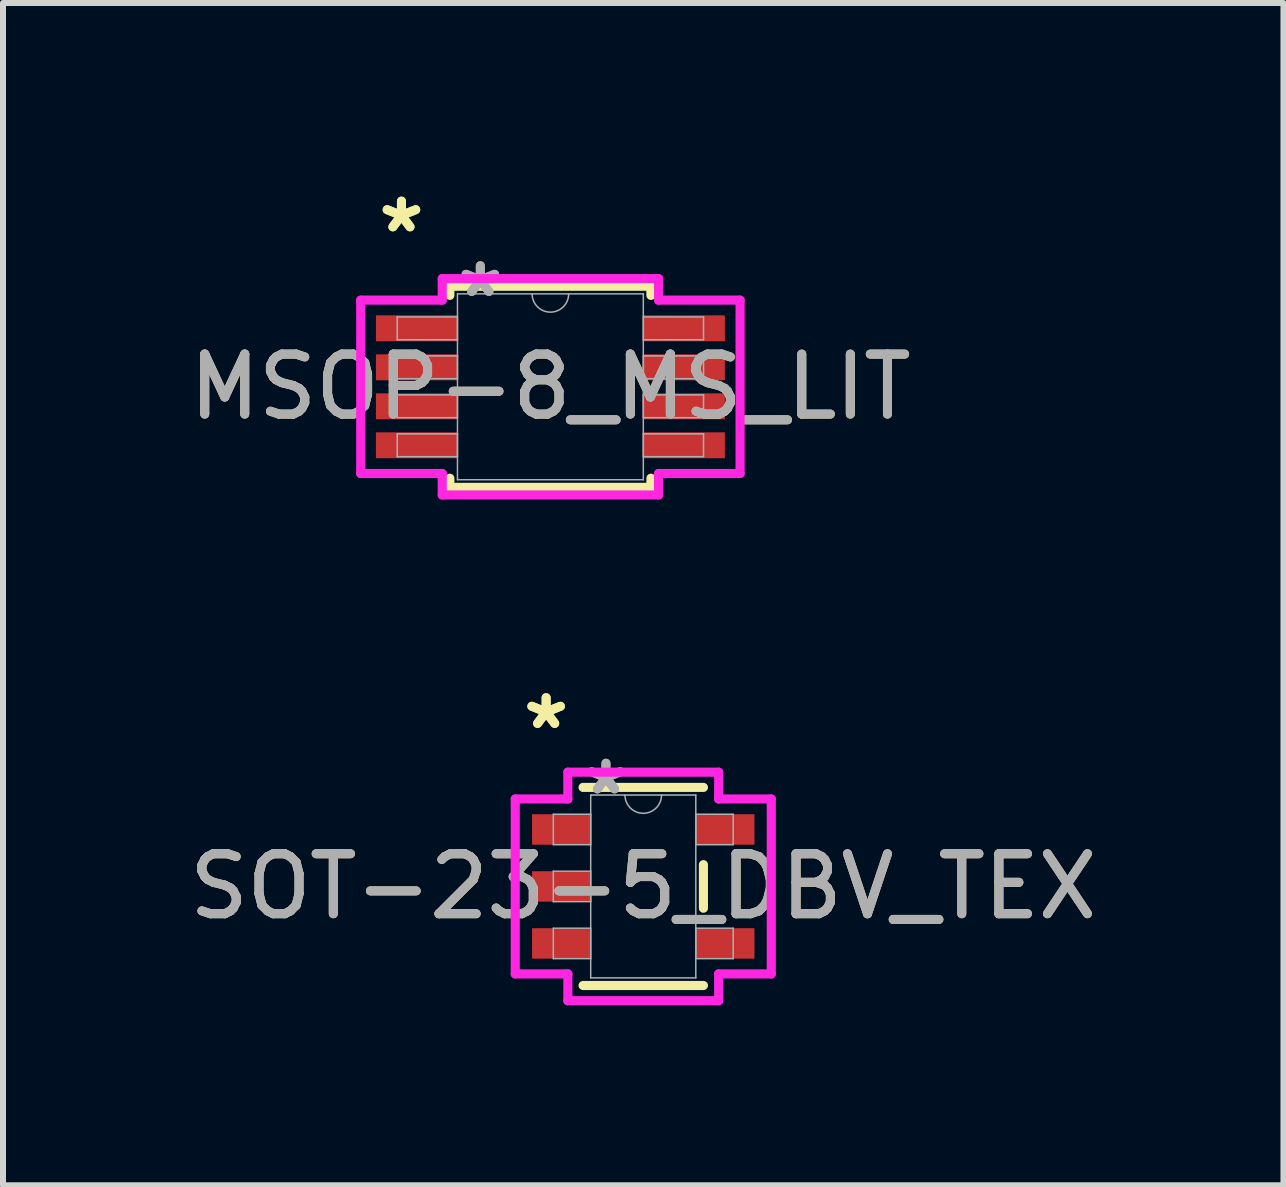
<source format=kicad_pcb>
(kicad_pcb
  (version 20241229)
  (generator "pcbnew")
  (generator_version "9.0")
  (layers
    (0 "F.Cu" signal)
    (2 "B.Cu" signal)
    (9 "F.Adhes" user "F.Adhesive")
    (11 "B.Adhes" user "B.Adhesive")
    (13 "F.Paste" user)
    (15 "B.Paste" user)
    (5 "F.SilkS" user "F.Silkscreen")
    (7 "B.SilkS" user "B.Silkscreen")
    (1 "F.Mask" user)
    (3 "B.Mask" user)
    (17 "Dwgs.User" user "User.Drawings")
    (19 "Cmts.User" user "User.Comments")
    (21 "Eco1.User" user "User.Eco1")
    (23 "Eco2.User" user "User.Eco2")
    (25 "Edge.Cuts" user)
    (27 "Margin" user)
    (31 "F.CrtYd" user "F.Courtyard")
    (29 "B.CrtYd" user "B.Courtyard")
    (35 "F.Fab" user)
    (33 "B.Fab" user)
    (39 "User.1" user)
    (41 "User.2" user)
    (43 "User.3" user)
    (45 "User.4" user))
  (footprint "MSOP-8_MS_LIT"
    (layer "F.Cu")
    (at 6.125 3.398)
    (property "Reference" "MSOP-8_MS_LIT" (at 0 0 0) (unlocked yes) (layer "F.SilkS") (effects (font (size 1 1) (thickness 0.15))))
    (attr smd)
    (fp_line (start -1.676 -1.676) (end -1.676 -1.524) (stroke (width 0.152) (type solid)) (layer "F.SilkS"))
    (fp_line (start -1.676 1.524) (end -1.676 1.676) (stroke (width 0.152) (type solid)) (layer "F.SilkS"))
    (fp_line (start -1.676 1.676) (end 1.676 1.676) (stroke (width 0.152) (type solid)) (layer "F.SilkS"))
    (fp_line (start 1.676 -1.676) (end -1.676 -1.676) (stroke (width 0.152) (type solid)) (layer "F.SilkS"))
    (fp_line (start 1.676 -1.524) (end 1.676 -1.676) (stroke (width 0.152) (type solid)) (layer "F.SilkS"))
    (fp_line (start 1.676 1.676) (end 1.676 1.524) (stroke (width 0.152) (type solid)) (layer "F.SilkS"))
    (fp_line (start -3.162 -1.445) (end -1.803 -1.445) (stroke (width 0.152) (type solid)) (layer "F.CrtYd"))
    (fp_line (start -3.162 1.445) (end -3.162 -1.445) (stroke (width 0.152) (type solid)) (layer "F.CrtYd"))
    (fp_line (start -3.162 1.445) (end -1.803 1.445) (stroke (width 0.152) (type solid)) (layer "F.CrtYd"))
    (fp_line (start -1.803 -1.803) (end 1.803 -1.803) (stroke (width 0.152) (type solid)) (layer "F.CrtYd"))
    (fp_line (start -1.803 -1.445) (end -1.803 -1.803) (stroke (width 0.152) (type solid)) (layer "F.CrtYd"))
    (fp_line (start -1.803 1.803) (end -1.803 1.445) (stroke (width 0.152) (type solid)) (layer "F.CrtYd"))
    (fp_line (start 1.803 -1.803) (end 1.803 -1.445) (stroke (width 0.152) (type solid)) (layer "F.CrtYd"))
    (fp_line (start 1.803 1.445) (end 1.803 1.803) (stroke (width 0.152) (type solid)) (layer "F.CrtYd"))
    (fp_line (start 1.803 1.803) (end -1.803 1.803) (stroke (width 0.152) (type solid)) (layer "F.CrtYd"))
    (fp_line (start 3.162 -1.445) (end 1.803 -1.445) (stroke (width 0.152) (type solid)) (layer "F.CrtYd"))
    (fp_line (start 3.162 -1.445) (end 3.162 1.445) (stroke (width 0.152) (type solid)) (layer "F.CrtYd"))
    (fp_line (start 3.162 1.445) (end 1.803 1.445) (stroke (width 0.152) (type solid)) (layer "F.CrtYd"))
    (fp_line (start -2.553 -1.165) (end -2.553 -0.784) (stroke (width 0.025) (type solid)) (layer "F.Fab"))
    (fp_line (start -2.553 -0.784) (end -1.549 -0.784) (stroke (width 0.025) (type solid)) (layer "F.Fab"))
    (fp_line (start -2.553 -0.515) (end -2.553 -0.135) (stroke (width 0.025) (type solid)) (layer "F.Fab"))
    (fp_line (start -2.553 -0.135) (end -1.549 -0.135) (stroke (width 0.025) (type solid)) (layer "F.Fab"))
    (fp_line (start -2.553 0.135) (end -2.553 0.515) (stroke (width 0.025) (type solid)) (layer "F.Fab"))
    (fp_line (start -2.553 0.515) (end -1.549 0.515) (stroke (width 0.025) (type solid)) (layer "F.Fab"))
    (fp_line (start -2.553 0.784) (end -2.553 1.165) (stroke (width 0.025) (type solid)) (layer "F.Fab"))
    (fp_line (start -2.553 1.165) (end -1.549 1.165) (stroke (width 0.025) (type solid)) (layer "F.Fab"))
    (fp_line (start -1.549 -1.549) (end -1.549 1.549) (stroke (width 0.025) (type solid)) (layer "F.Fab"))
    (fp_line (start -1.549 -1.165) (end -2.553 -1.165) (stroke (width 0.025) (type solid)) (layer "F.Fab"))
    (fp_line (start -1.549 -0.784) (end -1.549 -1.165) (stroke (width 0.025) (type solid)) (layer "F.Fab"))
    (fp_line (start -1.549 -0.515) (end -2.553 -0.515) (stroke (width 0.025) (type solid)) (layer "F.Fab"))
    (fp_line (start -1.549 -0.135) (end -1.549 -0.515) (stroke (width 0.025) (type solid)) (layer "F.Fab"))
    (fp_line (start -1.549 0.135) (end -2.553 0.135) (stroke (width 0.025) (type solid)) (layer "F.Fab"))
    (fp_line (start -1.549 0.515) (end -1.549 0.135) (stroke (width 0.025) (type solid)) (layer "F.Fab"))
    (fp_line (start -1.549 0.784) (end -2.553 0.784) (stroke (width 0.025) (type solid)) (layer "F.Fab"))
    (fp_line (start -1.549 1.165) (end -1.549 0.784) (stroke (width 0.025) (type solid)) (layer "F.Fab"))
    (fp_line (start -1.549 1.549) (end 1.549 1.549) (stroke (width 0.025) (type solid)) (layer "F.Fab"))
    (fp_line (start 1.549 -1.549) (end -1.549 -1.549) (stroke (width 0.025) (type solid)) (layer "F.Fab"))
    (fp_line (start 1.549 -1.165) (end 1.549 -0.784) (stroke (width 0.025) (type solid)) (layer "F.Fab"))
    (fp_line (start 1.549 -0.784) (end 2.553 -0.784) (stroke (width 0.025) (type solid)) (layer "F.Fab"))
    (fp_line (start 1.549 -0.515) (end 1.549 -0.135) (stroke (width 0.025) (type solid)) (layer "F.Fab"))
    (fp_line (start 1.549 -0.135) (end 2.553 -0.135) (stroke (width 0.025) (type solid)) (layer "F.Fab"))
    (fp_line (start 1.549 0.135) (end 1.549 0.515) (stroke (width 0.025) (type solid)) (layer "F.Fab"))
    (fp_line (start 1.549 0.515) (end 2.553 0.515) (stroke (width 0.025) (type solid)) (layer "F.Fab"))
    (fp_line (start 1.549 0.784) (end 1.549 1.165) (stroke (width 0.025) (type solid)) (layer "F.Fab"))
    (fp_line (start 1.549 1.165) (end 2.553 1.165) (stroke (width 0.025) (type solid)) (layer "F.Fab"))
    (fp_line (start 1.549 1.549) (end 1.549 -1.549) (stroke (width 0.025) (type solid)) (layer "F.Fab"))
    (fp_line (start 2.553 -1.165) (end 1.549 -1.165) (stroke (width 0.025) (type solid)) (layer "F.Fab"))
    (fp_line (start 2.553 -0.784) (end 2.553 -1.165) (stroke (width 0.025) (type solid)) (layer "F.Fab"))
    (fp_line (start 2.553 -0.515) (end 1.549 -0.515) (stroke (width 0.025) (type solid)) (layer "F.Fab"))
    (fp_line (start 2.553 -0.135) (end 2.553 -0.515) (stroke (width 0.025) (type solid)) (layer "F.Fab"))
    (fp_line (start 2.553 0.135) (end 1.549 0.135) (stroke (width 0.025) (type solid)) (layer "F.Fab"))
    (fp_line (start 2.553 0.515) (end 2.553 0.135) (stroke (width 0.025) (type solid)) (layer "F.Fab"))
    (fp_line (start 2.553 0.784) (end 1.549 0.784) (stroke (width 0.025) (type solid)) (layer "F.Fab"))
    (fp_line (start 2.553 1.165) (end 2.553 0.784) (stroke (width 0.025) (type solid)) (layer "F.Fab"))
    (fp_arc (start 0.3048 -1.5494) (mid 0 -1.2446) (end -0.3048 -1.5494) (stroke (width 0.0254) (type solid)) (layer "F.Fab"))
    (fp_text user "*" (at -2.483 -2.55 0) (layer "F.SilkS") (effects (font (size 1 1) (thickness 0.15))))
    (fp_text user "*" (at -2.483 -2.55 0) (unlocked yes) (layer "F.SilkS") (effects (font (size 1 1) (thickness 0.15))))
    (fp_text user "${REFERENCE}" (at 0 0 0) (unlocked yes) (layer "F.Fab") (effects (font (size 1 1) (thickness 0.15))))
    (fp_text user "*" (at -1.168 -1.473 0) (layer "F.Fab") (effects (font (size 1 1) (thickness 0.15))))
    (fp_text user "*" (at -1.168 -1.473 0) (unlocked yes) (layer "F.Fab") (effects (font (size 1 1) (thickness 0.15))))
    (pad "1" smd rect (at -2.229 -0.975) (size 1.359 0.432) (layers "F.Cu" "F.Mask" "F.Paste"))
    (pad "2" smd rect (at -2.229 -0.325) (size 1.359 0.432) (layers "F.Cu" "F.Mask" "F.Paste"))
    (pad "3" smd rect (at -2.229 0.325) (size 1.359 0.432) (layers "F.Cu" "F.Mask" "F.Paste"))
    (pad "4" smd rect (at -2.229 0.975) (size 1.359 0.432) (layers "F.Cu" "F.Mask" "F.Paste"))
    (pad "5" smd rect (at 2.229 0.975) (size 1.359 0.432) (layers "F.Cu" "F.Mask" "F.Paste"))
    (pad "6" smd rect (at 2.229 0.325) (size 1.359 0.432) (layers "F.Cu" "F.Mask" "F.Paste"))
    (pad "7" smd rect (at 2.229 -0.325) (size 1.359 0.432) (layers "F.Cu" "F.Mask" "F.Paste"))
    (pad "8" smd rect (at 2.229 -0.975) (size 1.359 0.432) (layers "F.Cu" "F.Mask" "F.Paste")))
  (footprint "SOT-23-5_DBV_TEX"
    (layer "F.Cu")
    (at 7.673 11.727)
    (property "Reference" "SOT-23-5_DBV_TEX" (at 0 0 0) (unlocked yes) (layer "F.SilkS") (effects (font (size 1 1) (thickness 0.15))))
    (attr smd)
    (fp_line (start -1.003 1.651) (end 1.003 1.651) (stroke (width 0.152) (type solid)) (layer "F.SilkS"))
    (fp_line (start 1.003 -1.651) (end -1.003 -1.651) (stroke (width 0.152) (type solid)) (layer "F.SilkS"))
    (fp_line (start 1.003 0.363) (end 1.003 -0.363) (stroke (width 0.152) (type solid)) (layer "F.SilkS"))
    (fp_line (start -2.134 -1.458) (end -1.257 -1.458) (stroke (width 0.152) (type solid)) (layer "F.CrtYd"))
    (fp_line (start -2.134 1.458) (end -2.134 -1.458) (stroke (width 0.152) (type solid)) (layer "F.CrtYd"))
    (fp_line (start -1.257 -1.905) (end 1.257 -1.905) (stroke (width 0.152) (type solid)) (layer "F.CrtYd"))
    (fp_line (start -1.257 -1.458) (end -1.257 -1.905) (stroke (width 0.152) (type solid)) (layer "F.CrtYd"))
    (fp_line (start -1.257 1.458) (end -2.134 1.458) (stroke (width 0.152) (type solid)) (layer "F.CrtYd"))
    (fp_line (start -1.257 1.905) (end -1.257 1.458) (stroke (width 0.152) (type solid)) (layer "F.CrtYd"))
    (fp_line (start 1.257 -1.905) (end 1.257 -1.458) (stroke (width 0.152) (type solid)) (layer "F.CrtYd"))
    (fp_line (start 1.257 -1.458) (end 2.134 -1.458) (stroke (width 0.152) (type solid)) (layer "F.CrtYd"))
    (fp_line (start 1.257 1.458) (end 1.257 1.905) (stroke (width 0.152) (type solid)) (layer "F.CrtYd"))
    (fp_line (start 1.257 1.905) (end -1.257 1.905) (stroke (width 0.152) (type solid)) (layer "F.CrtYd"))
    (fp_line (start 2.134 -1.458) (end 2.134 1.458) (stroke (width 0.152) (type solid)) (layer "F.CrtYd"))
    (fp_line (start 2.134 1.458) (end 1.257 1.458) (stroke (width 0.152) (type solid)) (layer "F.CrtYd"))
    (fp_line (start -1.499 -1.204) (end -1.499 -0.696) (stroke (width 0.025) (type solid)) (layer "F.Fab"))
    (fp_line (start -1.499 -0.696) (end -0.876 -0.696) (stroke (width 0.025) (type solid)) (layer "F.Fab"))
    (fp_line (start -1.499 -0.254) (end -1.499 0.254) (stroke (width 0.025) (type solid)) (layer "F.Fab"))
    (fp_line (start -1.499 0.254) (end -0.876 0.254) (stroke (width 0.025) (type solid)) (layer "F.Fab"))
    (fp_line (start -1.499 0.696) (end -1.499 1.204) (stroke (width 0.025) (type solid)) (layer "F.Fab"))
    (fp_line (start -1.499 1.204) (end -0.876 1.204) (stroke (width 0.025) (type solid)) (layer "F.Fab"))
    (fp_line (start -0.876 -1.524) (end -0.876 1.524) (stroke (width 0.025) (type solid)) (layer "F.Fab"))
    (fp_line (start -0.876 -1.204) (end -1.499 -1.204) (stroke (width 0.025) (type solid)) (layer "F.Fab"))
    (fp_line (start -0.876 -0.696) (end -0.876 -1.204) (stroke (width 0.025) (type solid)) (layer "F.Fab"))
    (fp_line (start -0.876 -0.254) (end -1.499 -0.254) (stroke (width 0.025) (type solid)) (layer "F.Fab"))
    (fp_line (start -0.876 0.254) (end -0.876 -0.254) (stroke (width 0.025) (type solid)) (layer "F.Fab"))
    (fp_line (start -0.876 0.696) (end -1.499 0.696) (stroke (width 0.025) (type solid)) (layer "F.Fab"))
    (fp_line (start -0.876 1.204) (end -0.876 0.696) (stroke (width 0.025) (type solid)) (layer "F.Fab"))
    (fp_line (start -0.876 1.524) (end 0.876 1.524) (stroke (width 0.025) (type solid)) (layer "F.Fab"))
    (fp_line (start 0.876 -1.524) (end -0.876 -1.524) (stroke (width 0.025) (type solid)) (layer "F.Fab"))
    (fp_line (start 0.876 -1.204) (end 0.876 -0.696) (stroke (width 0.025) (type solid)) (layer "F.Fab"))
    (fp_line (start 0.876 -0.696) (end 1.499 -0.696) (stroke (width 0.025) (type solid)) (layer "F.Fab"))
    (fp_line (start 0.876 0.696) (end 0.876 1.204) (stroke (width 0.025) (type solid)) (layer "F.Fab"))
    (fp_line (start 0.876 1.204) (end 1.499 1.204) (stroke (width 0.025) (type solid)) (layer "F.Fab"))
    (fp_line (start 0.876 1.524) (end 0.876 -1.524) (stroke (width 0.025) (type solid)) (layer "F.Fab"))
    (fp_line (start 1.499 -1.204) (end 0.876 -1.204) (stroke (width 0.025) (type solid)) (layer "F.Fab"))
    (fp_line (start 1.499 -0.696) (end 1.499 -1.204) (stroke (width 0.025) (type solid)) (layer "F.Fab"))
    (fp_line (start 1.499 0.696) (end 0.876 0.696) (stroke (width 0.025) (type solid)) (layer "F.Fab"))
    (fp_line (start 1.499 1.204) (end 1.499 0.696) (stroke (width 0.025) (type solid)) (layer "F.Fab"))
    (fp_arc (start 0.3048 -1.524) (mid 0 -1.2192) (end -0.3048 -1.524) (stroke (width 0.0254) (type solid)) (layer "F.Fab"))
    (fp_text user "*" (at -1.619 -2.601 0) (layer "F.SilkS") (effects (font (size 1 1) (thickness 0.15))))
    (fp_text user "*" (at -1.619 -2.601 0) (unlocked yes) (layer "F.SilkS") (effects (font (size 1 1) (thickness 0.15))))
    (fp_text user "*" (at -0.622 -1.509 0) (unlocked yes) (layer "F.Fab") (effects (font (size 1 1) (thickness 0.15))))
    (fp_text user "*" (at -0.622 -1.509 0) (layer "F.Fab") (effects (font (size 1 1) (thickness 0.15))))
    (fp_text user "${REFERENCE}" (at 0 0 0) (unlocked yes) (layer "F.Fab") (effects (font (size 1 1) (thickness 0.15))))
    (pad "1" smd rect (at -1.365 -0.95) (size 0.978 0.508) (layers "F.Cu" "F.Mask" "F.Paste"))
    (pad "2" smd rect (at -1.365 0) (size 0.978 0.508) (layers "F.Cu" "F.Mask" "F.Paste"))
    (pad "3" smd rect (at -1.365 0.95) (size 0.978 0.508) (layers "F.Cu" "F.Mask" "F.Paste"))
    (pad "4" smd rect (at 1.365 0.95) (size 0.978 0.508) (layers "F.Cu" "F.Mask" "F.Paste"))
    (pad "5" smd rect (at 1.365 -0.95) (size 0.978 0.508) (layers "F.Cu" "F.Mask" "F.Paste")))
  (gr_rect
    (start -3 -3)
    (end 18.345 16.708)
    (stroke (width 0.1) (type default))
    (fill no)
    (layer "Edge.Cuts")))
</source>
